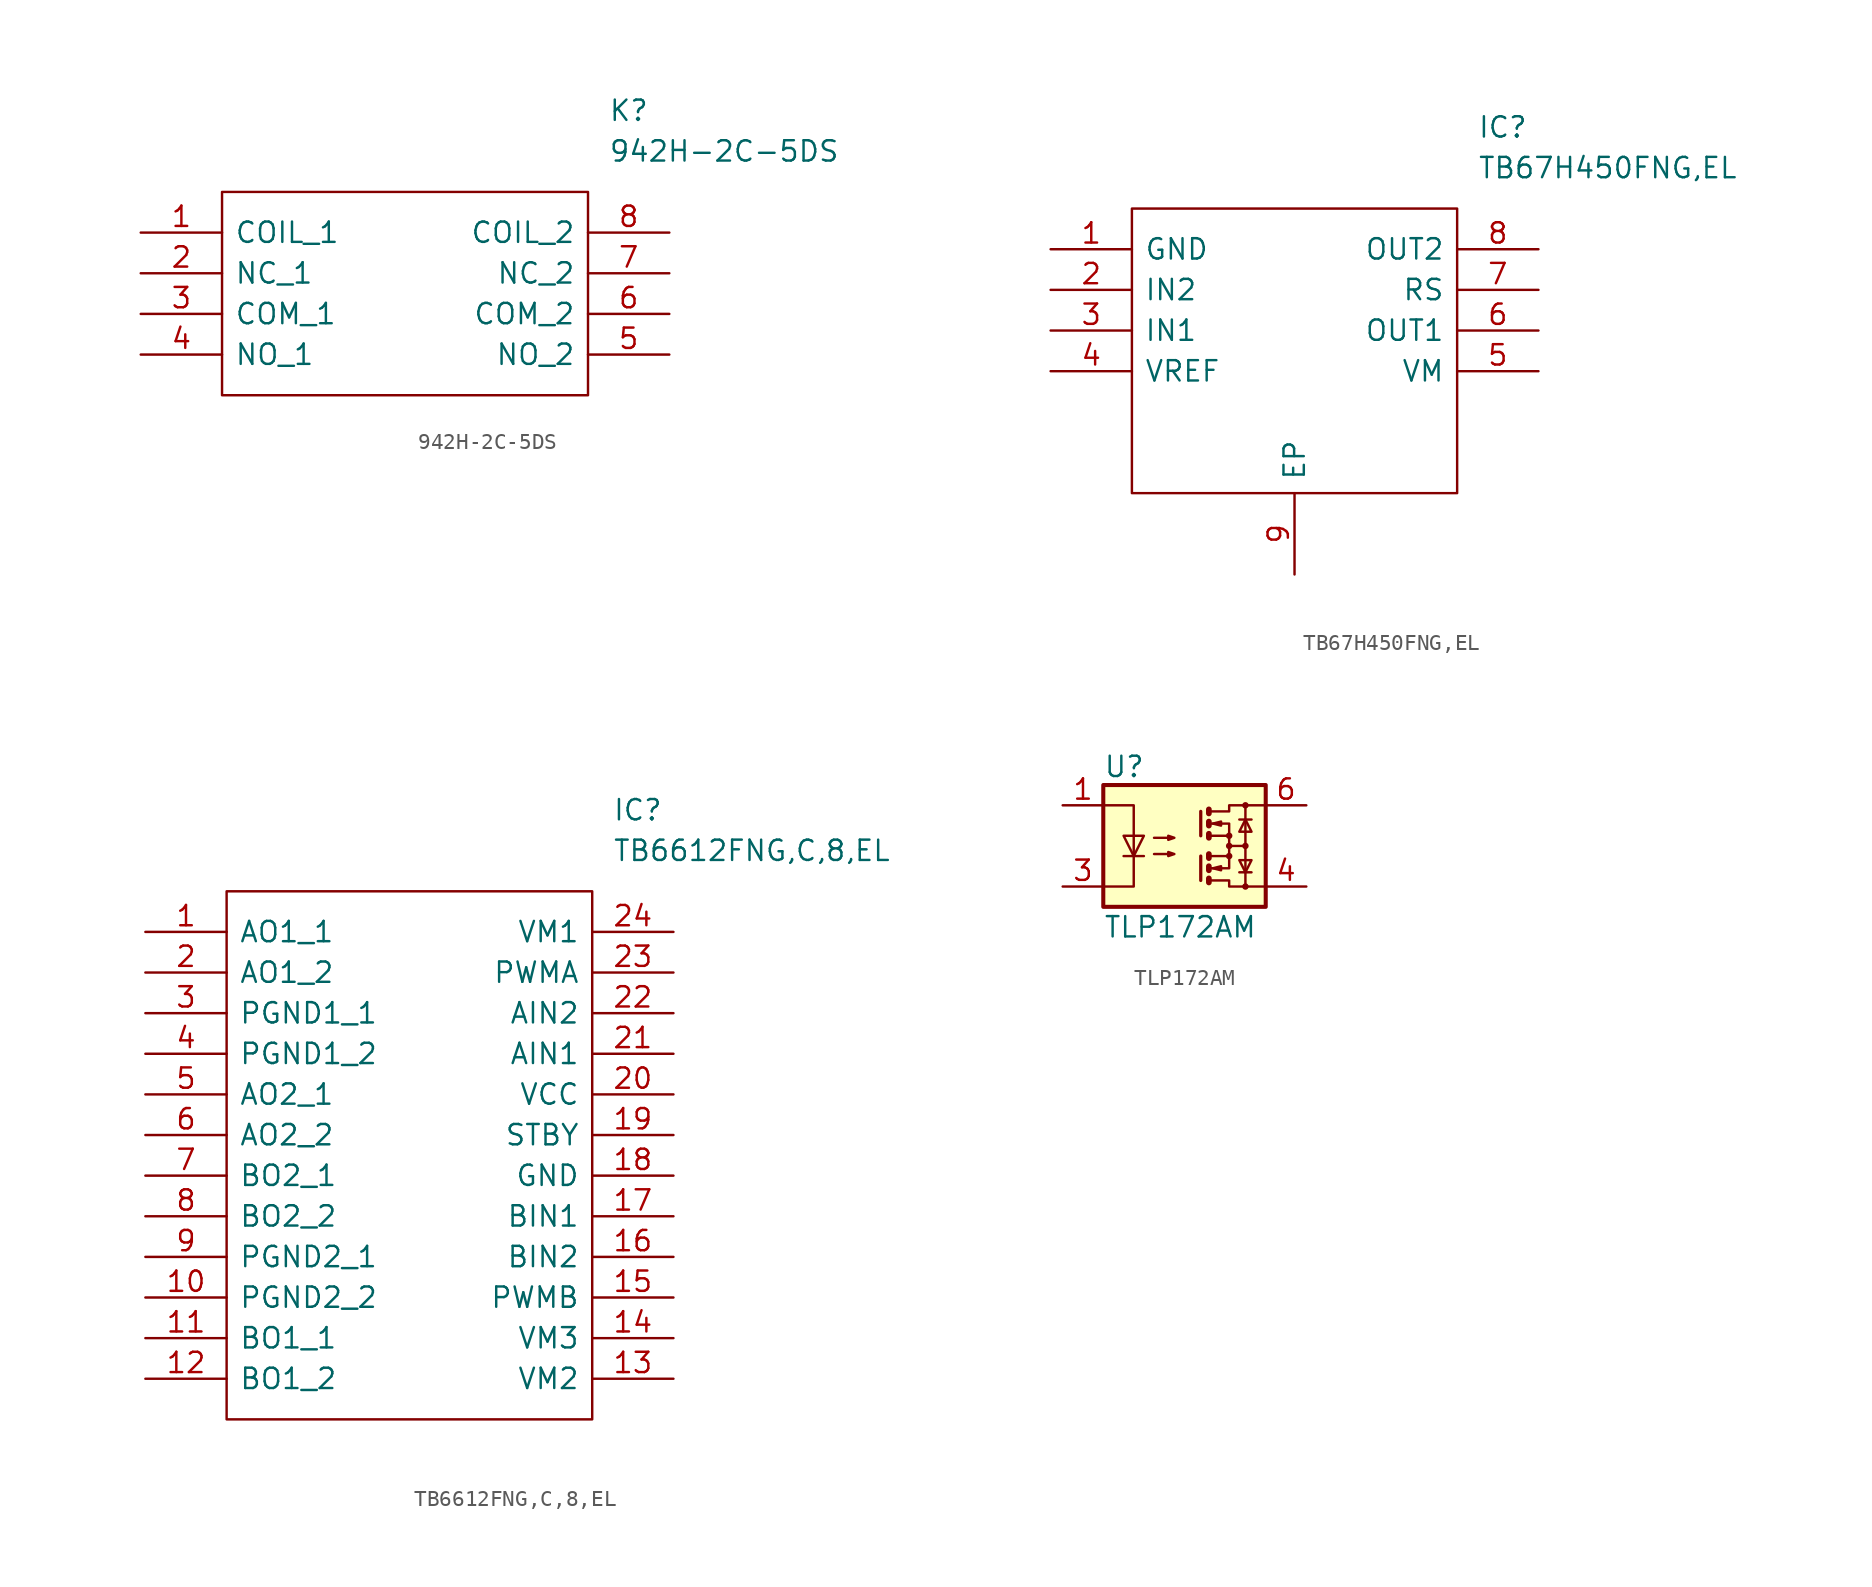
<source format=kicad_sym>
(kicad_symbol_lib
  (version 20211014)
  (generator kicad_symbol_editor)
  (symbol "942H-2C-5DS"
    (pin_names
      (offset 0.762))
    (property "Reference" "K"
      (at 29.21 7.62 0)
      (effects (font (size 1.27 1.27)) (justify left)))
    (property "Value" "942H-2C-5DS"
      (at 29.21 5.08 0)
      (effects (font (size 1.27 1.27)) (justify left)))
    (symbol "942H-2C-5DS_0_0"
      (pin passive line (at 0 0 0) (length 5.08) (name "COIL_1" (effects (font (size 1.27 1.27)))) (number "1" (effects (font (size 1.27 1.27)))))
      (pin passive line (at 0 -2.54 0) (length 5.08) (name "NC_1" (effects (font (size 1.27 1.27)))) (number "2" (effects (font (size 1.27 1.27)))))
      (pin passive line (at 0 -5.08 0) (length 5.08) (name "COM_1" (effects (font (size 1.27 1.27)))) (number "3" (effects (font (size 1.27 1.27)))))
      (pin passive line (at 0 -7.62 0) (length 5.08) (name "NO_1" (effects (font (size 1.27 1.27)))) (number "4" (effects (font (size 1.27 1.27)))))
      (pin passive line (at 33.02 -7.62 180) (length 5.08) (name "NO_2" (effects (font (size 1.27 1.27)))) (number "5" (effects (font (size 1.27 1.27)))))
      (pin passive line (at 33.02 -5.08 180) (length 5.08) (name "COM_2" (effects (font (size 1.27 1.27)))) (number "6" (effects (font (size 1.27 1.27)))))
      (pin passive line (at 33.02 -2.54 180) (length 5.08) (name "NC_2" (effects (font (size 1.27 1.27)))) (number "7" (effects (font (size 1.27 1.27)))))
      (pin passive line (at 33.02 0 180) (length 5.08) (name "COIL_2" (effects (font (size 1.27 1.27)))) (number "8" (effects (font (size 1.27 1.27))))))
    (symbol "942H-2C-5DS_0_1"
      (polyline (pts (xy 5.08 2.54) (xy 27.94 2.54) (xy 27.94 -10.16) (xy 5.08 -10.16) (xy 5.08 2.54)) (stroke (width 0.152) (type default) (color 0 0 0 0)) (fill (type none)))))
  (symbol "TB67H450FNG,EL"
    (pin_names
      (offset 0.762))
    (property "Reference" "IC"
      (at 26.67 7.62 0)
      (effects (font (size 1.27 1.27)) (justify left)))
    (property "Value" "TB67H450FNG,EL"
      (at 26.67 5.08 0)
      (effects (font (size 1.27 1.27)) (justify left)))
    (symbol "TB67H450FNG,EL_0_0"
      (pin passive line (at 0 0 0) (length 5.08) (name "GND" (effects (font (size 1.27 1.27)))) (number "1" (effects (font (size 1.27 1.27)))))
      (pin passive line (at 0 -2.54 0) (length 5.08) (name "IN2" (effects (font (size 1.27 1.27)))) (number "2" (effects (font (size 1.27 1.27)))))
      (pin passive line (at 0 -5.08 0) (length 5.08) (name "IN1" (effects (font (size 1.27 1.27)))) (number "3" (effects (font (size 1.27 1.27)))))
      (pin passive line (at 0 -7.62 0) (length 5.08) (name "VREF" (effects (font (size 1.27 1.27)))) (number "4" (effects (font (size 1.27 1.27)))))
      (pin passive line (at 30.48 -7.62 180) (length 5.08) (name "VM" (effects (font (size 1.27 1.27)))) (number "5" (effects (font (size 1.27 1.27)))))
      (pin passive line (at 30.48 -5.08 180) (length 5.08) (name "OUT1" (effects (font (size 1.27 1.27)))) (number "6" (effects (font (size 1.27 1.27)))))
      (pin passive line (at 30.48 -2.54 180) (length 5.08) (name "RS" (effects (font (size 1.27 1.27)))) (number "7" (effects (font (size 1.27 1.27)))))
      (pin passive line (at 30.48 0 180) (length 5.08) (name "OUT2" (effects (font (size 1.27 1.27)))) (number "8" (effects (font (size 1.27 1.27)))))
      (pin passive line (at 15.24 -20.32 90) (length 5.08) (name "EP" (effects (font (size 1.27 1.27)))) (number "9" (effects (font (size 1.27 1.27))))))
    (symbol "TB67H450FNG,EL_0_1"
      (polyline (pts (xy 5.08 2.54) (xy 25.4 2.54) (xy 25.4 -15.24) (xy 5.08 -15.24) (xy 5.08 2.54)) (stroke (width 0.152) (type default) (color 0 0 0 0)) (fill (type none)))))
  (symbol "TB6612FNG,C,8,EL"
    (pin_names
      (offset 0.762))
    (property "Reference" "IC"
      (at 29.21 7.62 0)
      (effects (font (size 1.27 1.27)) (justify left)))
    (property "Value" "TB6612FNG,C,8,EL"
      (at 29.21 5.08 0)
      (effects (font (size 1.27 1.27)) (justify left)))
    (symbol "TB6612FNG,C,8,EL_0_0"
      (pin passive line (at 0 0 0) (length 5.08) (name "AO1_1" (effects (font (size 1.27 1.27)))) (number "1" (effects (font (size 1.27 1.27)))))
      (pin passive line (at 0 -22.86 0) (length 5.08) (name "PGND2_2" (effects (font (size 1.27 1.27)))) (number "10" (effects (font (size 1.27 1.27)))))
      (pin passive line (at 0 -25.4 0) (length 5.08) (name "BO1_1" (effects (font (size 1.27 1.27)))) (number "11" (effects (font (size 1.27 1.27)))))
      (pin passive line (at 0 -27.94 0) (length 5.08) (name "BO1_2" (effects (font (size 1.27 1.27)))) (number "12" (effects (font (size 1.27 1.27)))))
      (pin passive line (at 33.02 -27.94 180) (length 5.08) (name "VM2" (effects (font (size 1.27 1.27)))) (number "13" (effects (font (size 1.27 1.27)))))
      (pin passive line (at 33.02 -25.4 180) (length 5.08) (name "VM3" (effects (font (size 1.27 1.27)))) (number "14" (effects (font (size 1.27 1.27)))))
      (pin passive line (at 33.02 -22.86 180) (length 5.08) (name "PWMB" (effects (font (size 1.27 1.27)))) (number "15" (effects (font (size 1.27 1.27)))))
      (pin passive line (at 33.02 -20.32 180) (length 5.08) (name "BIN2" (effects (font (size 1.27 1.27)))) (number "16" (effects (font (size 1.27 1.27)))))
      (pin passive line (at 33.02 -17.78 180) (length 5.08) (name "BIN1" (effects (font (size 1.27 1.27)))) (number "17" (effects (font (size 1.27 1.27)))))
      (pin passive line (at 33.02 -15.24 180) (length 5.08) (name "GND" (effects (font (size 1.27 1.27)))) (number "18" (effects (font (size 1.27 1.27)))))
      (pin passive line (at 33.02 -12.7 180) (length 5.08) (name "STBY" (effects (font (size 1.27 1.27)))) (number "19" (effects (font (size 1.27 1.27)))))
      (pin passive line (at 0 -2.54 0) (length 5.08) (name "AO1_2" (effects (font (size 1.27 1.27)))) (number "2" (effects (font (size 1.27 1.27)))))
      (pin passive line (at 33.02 -10.16 180) (length 5.08) (name "VCC" (effects (font (size 1.27 1.27)))) (number "20" (effects (font (size 1.27 1.27)))))
      (pin passive line (at 33.02 -7.62 180) (length 5.08) (name "AIN1" (effects (font (size 1.27 1.27)))) (number "21" (effects (font (size 1.27 1.27)))))
      (pin passive line (at 33.02 -5.08 180) (length 5.08) (name "AIN2" (effects (font (size 1.27 1.27)))) (number "22" (effects (font (size 1.27 1.27)))))
      (pin passive line (at 33.02 -2.54 180) (length 5.08) (name "PWMA" (effects (font (size 1.27 1.27)))) (number "23" (effects (font (size 1.27 1.27)))))
      (pin passive line (at 33.02 0 180) (length 5.08) (name "VM1" (effects (font (size 1.27 1.27)))) (number "24" (effects (font (size 1.27 1.27)))))
      (pin passive line (at 0 -5.08 0) (length 5.08) (name "PGND1_1" (effects (font (size 1.27 1.27)))) (number "3" (effects (font (size 1.27 1.27)))))
      (pin passive line (at 0 -7.62 0) (length 5.08) (name "PGND1_2" (effects (font (size 1.27 1.27)))) (number "4" (effects (font (size 1.27 1.27)))))
      (pin passive line (at 0 -10.16 0) (length 5.08) (name "AO2_1" (effects (font (size 1.27 1.27)))) (number "5" (effects (font (size 1.27 1.27)))))
      (pin passive line (at 0 -12.7 0) (length 5.08) (name "AO2_2" (effects (font (size 1.27 1.27)))) (number "6" (effects (font (size 1.27 1.27)))))
      (pin passive line (at 0 -15.24 0) (length 5.08) (name "BO2_1" (effects (font (size 1.27 1.27)))) (number "7" (effects (font (size 1.27 1.27)))))
      (pin passive line (at 0 -17.78 0) (length 5.08) (name "BO2_2" (effects (font (size 1.27 1.27)))) (number "8" (effects (font (size 1.27 1.27)))))
      (pin passive line (at 0 -20.32 0) (length 5.08) (name "PGND2_1" (effects (font (size 1.27 1.27)))) (number "9" (effects (font (size 1.27 1.27))))))
    (symbol "TB6612FNG,C,8,EL_0_1"
      (polyline (pts (xy 5.08 2.54) (xy 27.94 2.54) (xy 27.94 -30.48) (xy 5.08 -30.48) (xy 5.08 2.54)) (stroke (width 0.152) (type default) (color 0 0 0 0)) (fill (type none)))))
  (symbol "TLP172AM"
    (property "Reference" "U"
      (at -5.08 4.953 0)
      (effects (font (size 1.27 1.27)) (justify left)))
    (property "Value" "TLP172AM"
      (at -5.08 -5.08 0)
      (effects (font (size 1.27 1.27)) (justify left)))
    (symbol "TLP172AM_0_1"
      (rectangle (start -5.08 3.81) (end 5.08 -3.81) (stroke (width 0.254) (type default) (color 0 0 0 0)) (fill (type background)))
      (polyline (pts (xy -3.81 -0.635) (xy -2.54 -0.635)) (stroke (width 0) (type default) (color 0 0 0 0)) (fill (type none)))
      (polyline (pts (xy 1.016 -0.635) (xy 1.016 -2.159)) (stroke (width 0.203) (type default) (color 0 0 0 0)) (fill (type none)))
      (polyline (pts (xy 1.016 2.159) (xy 1.016 0.635)) (stroke (width 0.203) (type default) (color 0 0 0 0)) (fill (type none)))
      (polyline (pts (xy 1.524 -0.508) (xy 1.524 -0.762)) (stroke (width 0.356) (type default) (color 0 0 0 0)) (fill (type none)))
      (polyline (pts (xy 2.794 0) (xy 3.81 0)) (stroke (width 0) (type default) (color 0 0 0 0)) (fill (type none)))
      (polyline (pts (xy 3.429 -1.651) (xy 4.191 -1.651)) (stroke (width 0) (type default) (color 0 0 0 0)) (fill (type none)))
      (polyline (pts (xy 3.429 1.651) (xy 4.191 1.651)) (stroke (width 0) (type default) (color 0 0 0 0)) (fill (type none)))
      (polyline (pts (xy 3.81 -2.54) (xy 3.81 2.54)) (stroke (width 0) (type default) (color 0 0 0 0)) (fill (type none)))
      (polyline (pts (xy 1.524 -2.032) (xy 1.524 -2.286) (xy 1.524 -2.286)) (stroke (width 0.356) (type default) (color 0 0 0 0)) (fill (type none)))
      (polyline (pts (xy 1.524 -1.27) (xy 1.524 -1.524) (xy 1.524 -1.524)) (stroke (width 0.356) (type default) (color 0 0 0 0)) (fill (type none)))
      (polyline (pts (xy 1.524 0.762) (xy 1.524 0.508) (xy 1.524 0.508)) (stroke (width 0.356) (type default) (color 0 0 0 0)) (fill (type none)))
      (polyline (pts (xy 1.524 1.524) (xy 1.524 1.27) (xy 1.524 1.27)) (stroke (width 0.356) (type default) (color 0 0 0 0)) (fill (type none)))
      (polyline (pts (xy 1.524 2.286) (xy 1.524 2.032) (xy 1.524 2.032)) (stroke (width 0.356) (type default) (color 0 0 0 0)) (fill (type none)))
      (polyline (pts (xy 1.651 -1.397) (xy 2.794 -1.397) (xy 2.794 -0.635)) (stroke (width 0) (type default) (color 0 0 0 0)) (fill (type none)))
      (polyline (pts (xy 1.651 1.397) (xy 2.794 1.397) (xy 2.794 0.635)) (stroke (width 0) (type default) (color 0 0 0 0)) (fill (type none)))
      (polyline (pts (xy -5.08 2.54) (xy -3.175 2.54) (xy -3.175 -2.54) (xy -5.08 -2.54)) (stroke (width 0) (type default) (color 0 0 0 0)) (fill (type none)))
      (polyline (pts (xy -3.175 -0.635) (xy -3.81 0.635) (xy -2.54 0.635) (xy -3.175 -0.635)) (stroke (width 0) (type default) (color 0 0 0 0)) (fill (type none)))
      (polyline (pts (xy 1.651 -2.159) (xy 2.794 -2.159) (xy 2.794 -2.54) (xy 5.08 -2.54)) (stroke (width 0) (type default) (color 0 0 0 0)) (fill (type none)))
      (polyline (pts (xy 1.651 -0.635) (xy 2.794 -0.635) (xy 2.794 0.635) (xy 1.651 0.635)) (stroke (width 0) (type default) (color 0 0 0 0)) (fill (type none)))
      (polyline (pts (xy 1.651 2.159) (xy 2.794 2.159) (xy 2.794 2.54) (xy 5.08 2.54)) (stroke (width 0) (type default) (color 0 0 0 0)) (fill (type none)))
      (polyline (pts (xy 1.778 -1.397) (xy 2.286 -1.27) (xy 2.286 -1.524) (xy 1.778 -1.397)) (stroke (width 0) (type default) (color 0 0 0 0)) (fill (type none)))
      (polyline (pts (xy 1.778 1.397) (xy 2.286 1.524) (xy 2.286 1.27) (xy 1.778 1.397)) (stroke (width 0) (type default) (color 0 0 0 0)) (fill (type none)))
      (polyline (pts (xy 3.81 -1.651) (xy 3.429 -0.889) (xy 4.191 -0.889) (xy 3.81 -1.651)) (stroke (width 0) (type default) (color 0 0 0 0)) (fill (type none)))
      (polyline (pts (xy 3.81 1.651) (xy 3.429 0.889) (xy 4.191 0.889) (xy 3.81 1.651)) (stroke (width 0) (type default) (color 0 0 0 0)) (fill (type none)))
      (polyline (pts (xy -1.905 -0.508) (xy -0.635 -0.508) (xy -1.016 -0.635) (xy -1.016 -0.381) (xy -0.635 -0.508)) (stroke (width 0) (type default) (color 0 0 0 0)) (fill (type none)))
      (polyline (pts (xy -1.905 0.508) (xy -0.635 0.508) (xy -1.016 0.381) (xy -1.016 0.635) (xy -0.635 0.508)) (stroke (width 0) (type default) (color 0 0 0 0)) (fill (type none)))
      (circle (center 2.794 -0.635) (radius 0.127) (stroke (width 0) (type default) (color 0 0 0 0)) (fill (type none)))
      (circle (center 2.794 0) (radius 0.127) (stroke (width 0) (type default) (color 0 0 0 0)) (fill (type none)))
      (circle (center 2.794 0.635) (radius 0.127) (stroke (width 0) (type default) (color 0 0 0 0)) (fill (type none)))
      (circle (center 3.81 -2.54) (radius 0.127) (stroke (width 0) (type default) (color 0 0 0 0)) (fill (type none)))
      (circle (center 3.81 0) (radius 0.127) (stroke (width 0) (type default) (color 0 0 0 0)) (fill (type none)))
      (circle (center 3.81 2.54) (radius 0.127) (stroke (width 0) (type default) (color 0 0 0 0)) (fill (type none))))
    (symbol "TLP172AM_1_1"
      (pin passive line (at -7.62 2.54 0) (length 2.54) (name "~" (effects (font (size 1.27 1.27)))) (number "1" (effects (font (size 1.27 1.27)))))
      (pin passive line (at -7.62 -2.54 0) (length 2.54) (name "~" (effects (font (size 1.27 1.27)))) (number "3" (effects (font (size 1.27 1.27)))))
      (pin passive line (at 7.62 -2.54 180) (length 2.54) (name "~" (effects (font (size 1.27 1.27)))) (number "4" (effects (font (size 1.27 1.27)))))
      (pin passive line (at 7.62 2.54 180) (length 2.54) (name "~" (effects (font (size 1.27 1.27)))) (number "6" (effects (font (size 1.27 1.27))))))))
</source>
